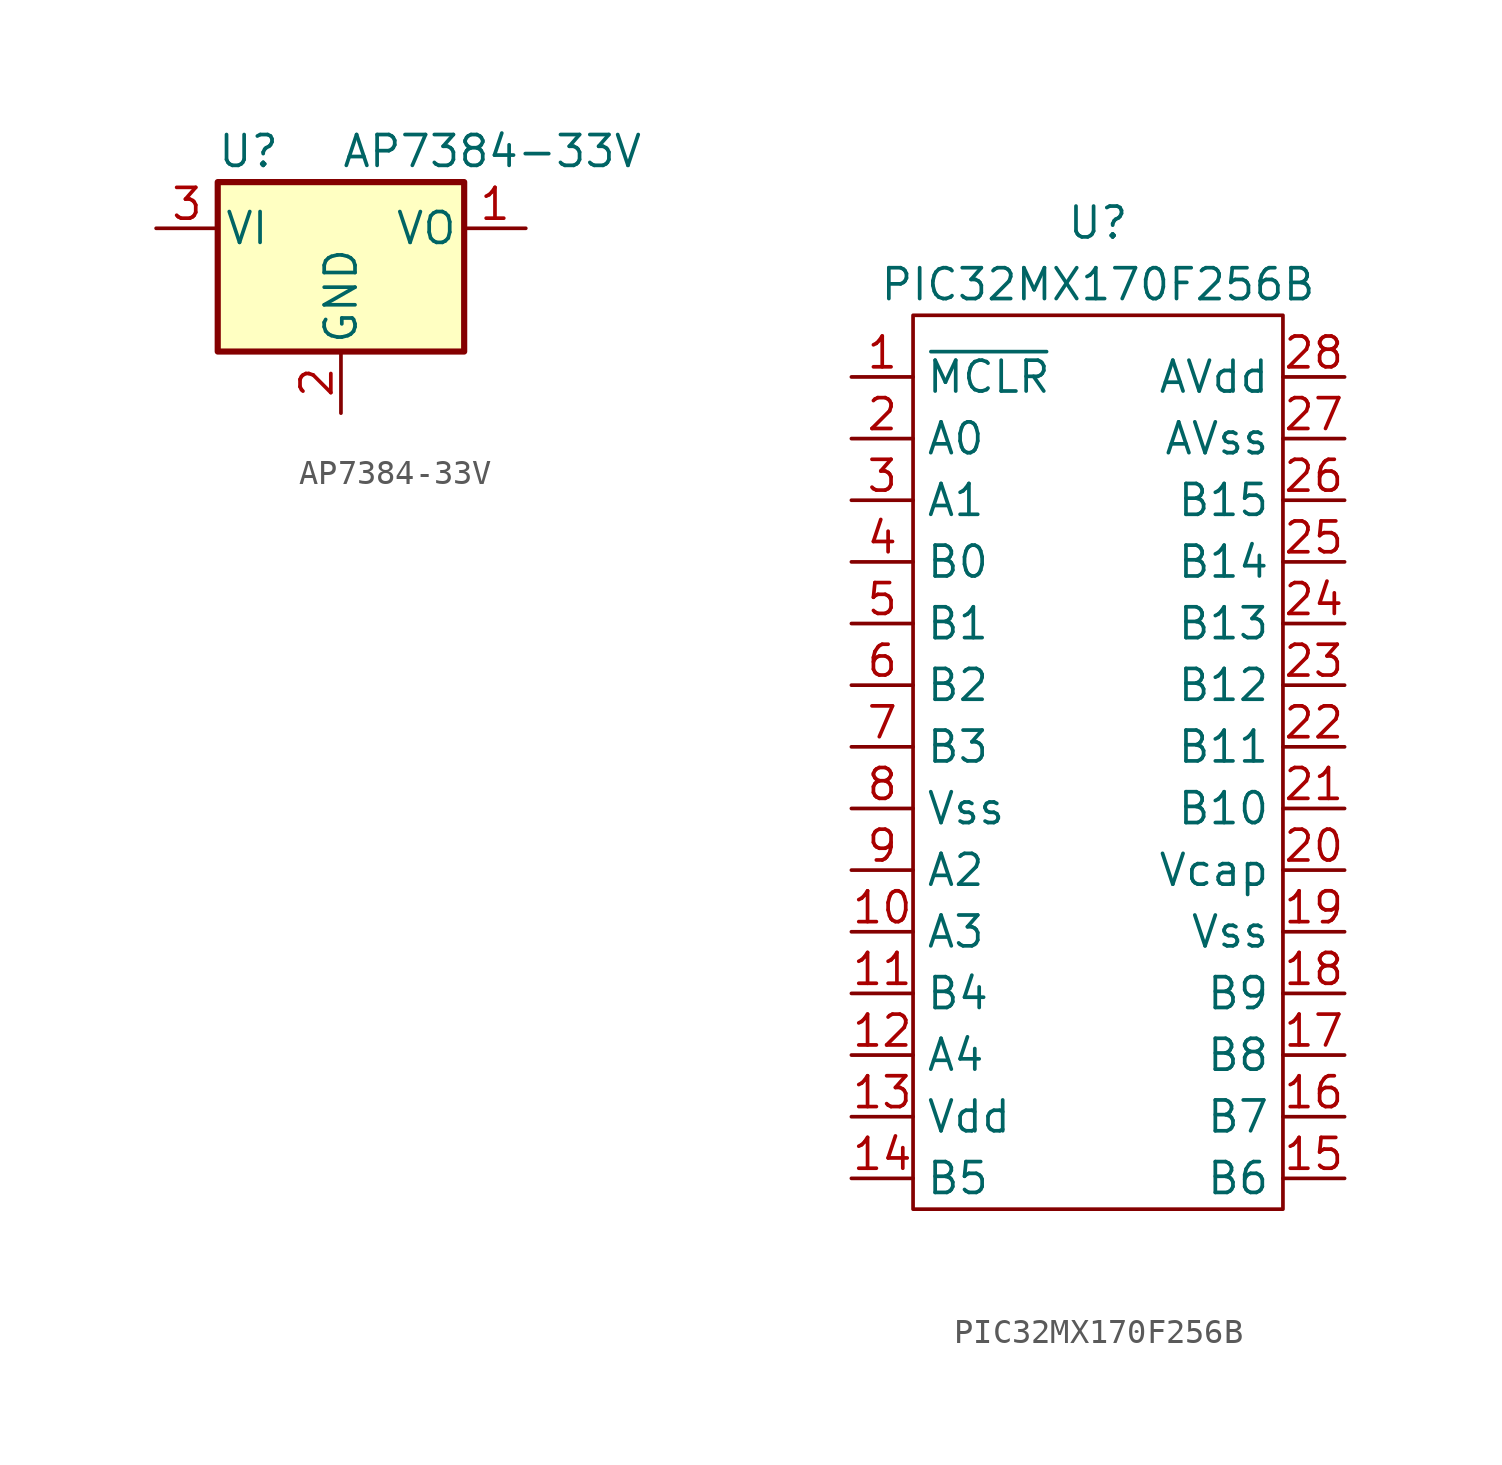
<source format=kicad_sym>
(kicad_symbol_lib
  (version 20220914)
  (generator kicad_symbol_editor)
  (symbol "AP7384-33V"
    (pin_names
      (offset 0.254))
    (property "Reference" "U"
      (at -3.81 3.175 0)
      (effects (font (size 1.27 1.27))))
    (property "Value" "AP7384-33V"
      (at 0 3.175 0)
      (effects (font (size 1.27 1.27)) (justify left)))
    (symbol "AP7384-33V_0_1"
      (rectangle (start -5.08 1.905) (end 5.08 -5.08) (stroke (width 0.254) (type default)) (fill (type background))))
    (symbol "AP7384-33V_1_1"
      (pin power_out line (at 7.62 0 180) (length 2.54) (name "VO" (effects (font (size 1.27 1.27)))) (number "1" (effects (font (size 1.27 1.27)))))
      (pin power_in line (at 0 -7.62 90) (length 2.54) (name "GND" (effects (font (size 1.27 1.27)))) (number "2" (effects (font (size 1.27 1.27)))))
      (pin power_in line (at -7.62 0 0) (length 2.54) (name "VI" (effects (font (size 1.27 1.27)))) (number "3" (effects (font (size 1.27 1.27)))))))
  (symbol "PIC32MX170F256B"
    (property "Reference" "U"
      (at 0 21.59 0)
      (effects (font (size 1.27 1.27))))
    (property "Value" "PIC32MX170F256B"
      (at 0 19.05 0)
      (effects (font (size 1.27 1.27))))
    (symbol "PIC32MX170F256B_0_1"
      (rectangle (start -7.62 17.78) (end 7.62 -19.05) (stroke (width 0) (type default)) (fill (type none))))
    (symbol "PIC32MX170F256B_1_1"
      (pin input line (at -10.16 15.24 0) (length 2.54) (name "~{MCLR}" (effects (font (size 1.27 1.27)))) (number "1" (effects (font (size 1.27 1.27)))))
      (pin input line (at -10.16 -7.62 0) (length 2.54) (name "A3" (effects (font (size 1.27 1.27)))) (number "10" (effects (font (size 1.27 1.27)))))
      (pin input line (at -10.16 -10.16 0) (length 2.54) (name "B4" (effects (font (size 1.27 1.27)))) (number "11" (effects (font (size 1.27 1.27)))))
      (pin input line (at -10.16 -12.7 0) (length 2.54) (name "A4" (effects (font (size 1.27 1.27)))) (number "12" (effects (font (size 1.27 1.27)))))
      (pin input line (at -10.16 -15.24 0) (length 2.54) (name "Vdd" (effects (font (size 1.27 1.27)))) (number "13" (effects (font (size 1.27 1.27)))))
      (pin input line (at -10.16 -17.78 0) (length 2.54) (name "B5" (effects (font (size 1.27 1.27)))) (number "14" (effects (font (size 1.27 1.27)))))
      (pin input line (at 10.16 -17.78 180) (length 2.54) (name "B6" (effects (font (size 1.27 1.27)))) (number "15" (effects (font (size 1.27 1.27)))))
      (pin input line (at 10.16 -15.24 180) (length 2.54) (name "B7" (effects (font (size 1.27 1.27)))) (number "16" (effects (font (size 1.27 1.27)))))
      (pin input line (at 10.16 -12.7 180) (length 2.54) (name "B8" (effects (font (size 1.27 1.27)))) (number "17" (effects (font (size 1.27 1.27)))))
      (pin input line (at 10.16 -10.16 180) (length 2.54) (name "B9" (effects (font (size 1.27 1.27)))) (number "18" (effects (font (size 1.27 1.27)))))
      (pin input line (at 10.16 -7.62 180) (length 2.54) (name "Vss" (effects (font (size 1.27 1.27)))) (number "19" (effects (font (size 1.27 1.27)))))
      (pin input line (at -10.16 12.7 0) (length 2.54) (name "A0" (effects (font (size 1.27 1.27)))) (number "2" (effects (font (size 1.27 1.27)))))
      (pin input line (at 10.16 -5.08 180) (length 2.54) (name "Vcap" (effects (font (size 1.27 1.27)))) (number "20" (effects (font (size 1.27 1.27)))))
      (pin input line (at 10.16 -2.54 180) (length 2.54) (name "B10" (effects (font (size 1.27 1.27)))) (number "21" (effects (font (size 1.27 1.27)))))
      (pin input line (at 10.16 0 180) (length 2.54) (name "B11" (effects (font (size 1.27 1.27)))) (number "22" (effects (font (size 1.27 1.27)))))
      (pin input line (at 10.16 2.54 180) (length 2.54) (name "B12" (effects (font (size 1.27 1.27)))) (number "23" (effects (font (size 1.27 1.27)))))
      (pin input line (at 10.16 5.08 180) (length 2.54) (name "B13" (effects (font (size 1.27 1.27)))) (number "24" (effects (font (size 1.27 1.27)))))
      (pin input line (at 10.16 7.62 180) (length 2.54) (name "B14" (effects (font (size 1.27 1.27)))) (number "25" (effects (font (size 1.27 1.27)))))
      (pin input line (at 10.16 10.16 180) (length 2.54) (name "B15" (effects (font (size 1.27 1.27)))) (number "26" (effects (font (size 1.27 1.27)))))
      (pin input line (at 10.16 12.7 180) (length 2.54) (name "AVss" (effects (font (size 1.27 1.27)))) (number "27" (effects (font (size 1.27 1.27)))))
      (pin input line (at 10.16 15.24 180) (length 2.54) (name "AVdd" (effects (font (size 1.27 1.27)))) (number "28" (effects (font (size 1.27 1.27)))))
      (pin input line (at -10.16 10.16 0) (length 2.54) (name "A1" (effects (font (size 1.27 1.27)))) (number "3" (effects (font (size 1.27 1.27)))))
      (pin input line (at -10.16 7.62 0) (length 2.54) (name "B0" (effects (font (size 1.27 1.27)))) (number "4" (effects (font (size 1.27 1.27)))))
      (pin input line (at -10.16 5.08 0) (length 2.54) (name "B1" (effects (font (size 1.27 1.27)))) (number "5" (effects (font (size 1.27 1.27)))))
      (pin input line (at -10.16 2.54 0) (length 2.54) (name "B2" (effects (font (size 1.27 1.27)))) (number "6" (effects (font (size 1.27 1.27)))))
      (pin input line (at -10.16 0 0) (length 2.54) (name "B3" (effects (font (size 1.27 1.27)))) (number "7" (effects (font (size 1.27 1.27)))))
      (pin input line (at -10.16 -2.54 0) (length 2.54) (name "Vss" (effects (font (size 1.27 1.27)))) (number "8" (effects (font (size 1.27 1.27)))))
      (pin input line (at -10.16 -5.08 0) (length 2.54) (name "A2" (effects (font (size 1.27 1.27)))) (number "9" (effects (font (size 1.27 1.27))))))))
</source>
